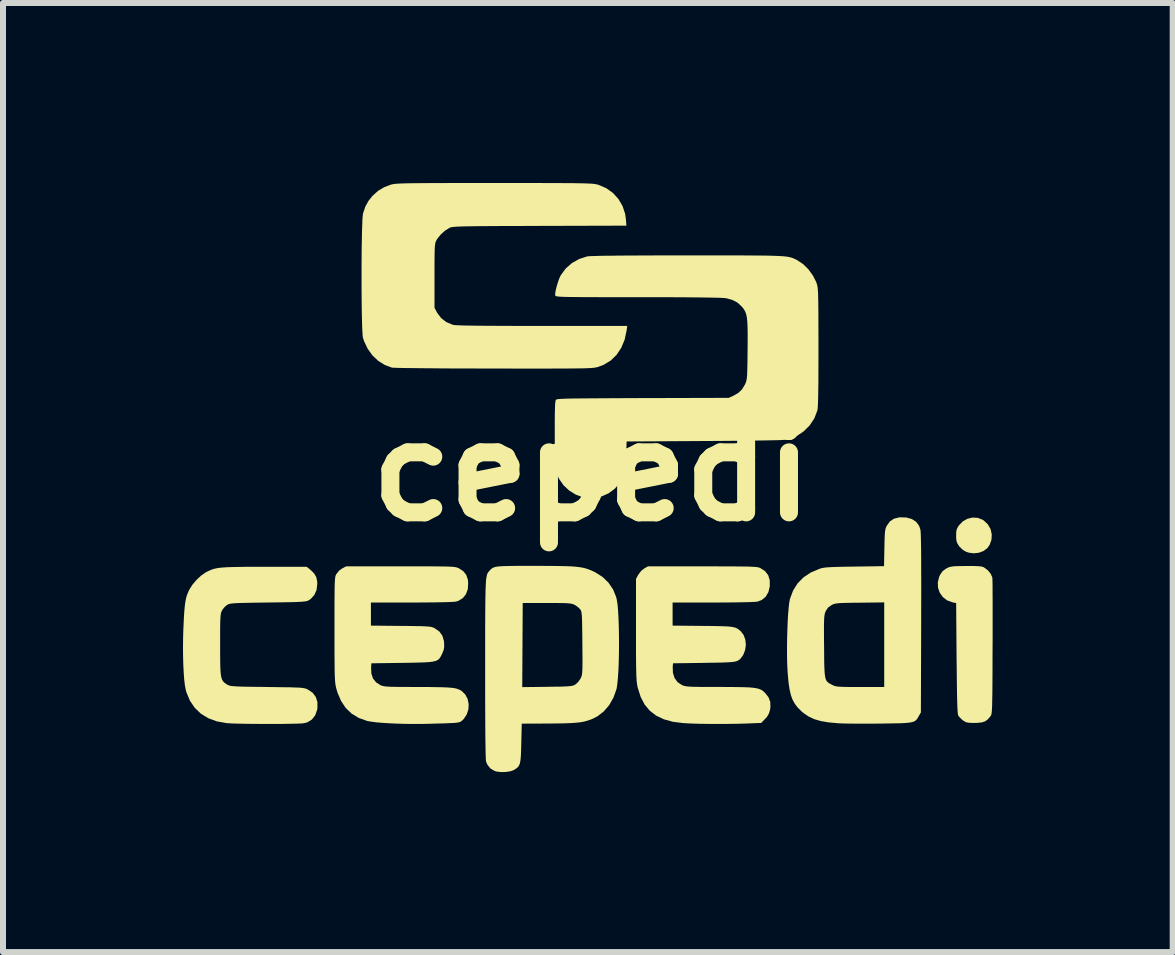
<source format=kicad_pcb>
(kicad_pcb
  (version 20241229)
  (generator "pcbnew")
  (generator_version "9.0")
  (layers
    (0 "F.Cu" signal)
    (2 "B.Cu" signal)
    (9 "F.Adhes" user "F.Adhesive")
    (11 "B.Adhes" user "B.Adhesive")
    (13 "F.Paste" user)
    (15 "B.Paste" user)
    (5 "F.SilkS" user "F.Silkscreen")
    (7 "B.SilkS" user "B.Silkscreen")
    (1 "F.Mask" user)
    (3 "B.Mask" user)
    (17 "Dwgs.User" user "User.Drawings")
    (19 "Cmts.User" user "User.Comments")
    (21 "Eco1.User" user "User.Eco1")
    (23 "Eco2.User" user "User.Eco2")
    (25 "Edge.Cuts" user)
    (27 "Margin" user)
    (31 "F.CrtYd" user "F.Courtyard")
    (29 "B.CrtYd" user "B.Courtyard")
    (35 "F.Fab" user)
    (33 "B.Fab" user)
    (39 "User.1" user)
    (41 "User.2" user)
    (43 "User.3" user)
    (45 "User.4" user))
  (footprint "cepedi"
    (layer "F.Cu")
    (at 6.814 4.811)
    (property "Reference" "cepedi" (at 0 0 0) (layer "F.SilkS") (effects (font (size 1.5 1.5) (thickness 0.3))))
    (attr board_only exclude_from_pos_files exclude_from_bom)
    (fp_poly (pts (xy 6.433 0.77) (xy 6.514 0.802) (xy 6.531 0.813) (xy 6.599 0.877) (xy 6.645 0.956) (xy 6.665 1.043) (xy 6.661 1.133) (xy 6.631 1.218) (xy 6.592 1.274) (xy 6.531 1.321) (xy 6.453 1.351) (xy 6.367 1.361) (xy 6.28 1.35) (xy 6.224 1.329) (xy 6.175 1.296) (xy 6.128 1.25) (xy 6.116 1.234) (xy 6.091 1.193) (xy 6.077 1.155) (xy 6.072 1.105) (xy 6.072 1.066) (xy 6.073 1.005) (xy 6.081 0.962) (xy 6.099 0.925) (xy 6.118 0.896) (xy 6.182 0.829) (xy 6.26 0.785) (xy 6.346 0.765)) (stroke (width 0) (type solid)) (fill yes) (layer "F.SilkS"))
    (fp_poly (pts (xy 6.409 1.574) (xy 6.461 1.577) (xy 6.498 1.582) (xy 6.525 1.591) (xy 6.538 1.597) (xy 6.597 1.641) (xy 6.645 1.698) (xy 6.673 1.758) (xy 6.675 1.768) (xy 6.676 1.791) (xy 6.678 1.843) (xy 6.679 1.921) (xy 6.679 2.021) (xy 6.68 2.142) (xy 6.68 2.282) (xy 6.68 2.436) (xy 6.68 2.604) (xy 6.68 2.781) (xy 6.679 2.926) (xy 6.678 3.138) (xy 6.678 3.321) (xy 6.677 3.478) (xy 6.676 3.61) (xy 6.675 3.72) (xy 6.673 3.81) (xy 6.672 3.882) (xy 6.67 3.939) (xy 6.667 3.982) (xy 6.664 4.014) (xy 6.661 4.037) (xy 6.656 4.053) (xy 6.651 4.065) (xy 6.646 4.074) (xy 6.643 4.078) (xy 6.6 4.128) (xy 6.555 4.161) (xy 6.5 4.179) (xy 6.425 4.187) (xy 6.399 4.188) (xy 6.335 4.188) (xy 6.278 4.184) (xy 6.239 4.177) (xy 6.234 4.175) (xy 6.179 4.142) (xy 6.128 4.093) (xy 6.105 4.061) (xy 6.101 4.043) (xy 6.097 4.003) (xy 6.093 3.941) (xy 6.09 3.855) (xy 6.087 3.744) (xy 6.085 3.606) (xy 6.083 3.441) (xy 6.081 3.246) (xy 6.079 3.11) (xy 6.072 2.19) (xy 6.011 2.178) (xy 5.921 2.145) (xy 5.85 2.09) (xy 5.799 2.019) (xy 5.77 1.936) (xy 5.766 1.845) (xy 5.789 1.752) (xy 5.803 1.722) (xy 5.842 1.663) (xy 5.894 1.622) (xy 5.913 1.611) (xy 5.942 1.597) (xy 5.971 1.587) (xy 6.005 1.581) (xy 6.05 1.576) (xy 6.112 1.574) (xy 6.196 1.573) (xy 6.237 1.572) (xy 6.336 1.572)) (stroke (width 0) (type solid)) (fill yes) (layer "F.SilkS"))
    (fp_poly (pts (xy 1.841 1.578) (xy 2.032 1.578) (xy 2.194 1.579) (xy 2.331 1.579) (xy 2.444 1.58) (xy 2.536 1.581) (xy 2.61 1.582) (xy 2.667 1.585) (xy 2.712 1.587) (xy 2.745 1.59) (xy 2.77 1.594) (xy 2.789 1.599) (xy 2.804 1.605) (xy 2.808 1.607) (xy 2.886 1.657) (xy 2.939 1.725) (xy 2.965 1.809) (xy 2.966 1.91) (xy 2.943 2.007) (xy 2.898 2.084) (xy 2.833 2.138) (xy 2.76 2.166) (xy 2.732 2.169) (xy 2.677 2.172) (xy 2.597 2.175) (xy 2.497 2.177) (xy 2.381 2.179) (xy 2.251 2.18) (xy 2.111 2.181) (xy 2.023 2.181) (xy 1.346 2.181) (xy 1.346 2.374) (xy 1.346 2.566) (xy 1.845 2.571) (xy 1.989 2.572) (xy 2.105 2.574) (xy 2.198 2.577) (xy 2.27 2.58) (xy 2.326 2.586) (xy 2.369 2.594) (xy 2.402 2.604) (xy 2.429 2.618) (xy 2.454 2.636) (xy 2.479 2.658) (xy 2.481 2.659) (xy 2.529 2.721) (xy 2.558 2.799) (xy 2.567 2.885) (xy 2.555 2.973) (xy 2.524 3.053) (xy 2.486 3.107) (xy 2.467 3.126) (xy 2.449 3.141) (xy 2.427 3.153) (xy 2.399 3.163) (xy 2.36 3.17) (xy 2.308 3.175) (xy 2.239 3.179) (xy 2.15 3.182) (xy 2.037 3.184) (xy 1.898 3.186) (xy 1.872 3.187) (xy 1.354 3.194) (xy 1.348 3.248) (xy 1.351 3.352) (xy 1.378 3.439) (xy 1.43 3.509) (xy 1.506 3.559) (xy 1.508 3.56) (xy 1.527 3.567) (xy 1.549 3.573) (xy 1.578 3.578) (xy 1.616 3.582) (xy 1.669 3.585) (xy 1.738 3.586) (xy 1.827 3.588) (xy 1.939 3.588) (xy 2.078 3.588) (xy 2.115 3.588) (xy 2.278 3.589) (xy 2.413 3.59) (xy 2.523 3.592) (xy 2.612 3.595) (xy 2.683 3.601) (xy 2.738 3.609) (xy 2.781 3.619) (xy 2.815 3.632) (xy 2.844 3.649) (xy 2.869 3.67) (xy 2.887 3.688) (xy 2.945 3.761) (xy 2.974 3.839) (xy 2.976 3.928) (xy 2.97 3.97) (xy 2.95 4.034) (xy 2.919 4.087) (xy 2.887 4.121) (xy 2.823 4.188) (xy 2.562 4.198) (xy 2.418 4.202) (xy 2.262 4.204) (xy 2.101 4.205) (xy 1.943 4.204) (xy 1.793 4.202) (xy 1.659 4.198) (xy 1.547 4.192) (xy 1.527 4.191) (xy 1.351 4.169) (xy 1.2 4.127) (xy 1.072 4.066) (xy 0.965 3.984) (xy 0.88 3.881) (xy 0.814 3.756) (xy 0.767 3.607) (xy 0.764 3.597) (xy 0.758 3.567) (xy 0.753 3.536) (xy 0.748 3.5) (xy 0.745 3.456) (xy 0.742 3.403) (xy 0.74 3.336) (xy 0.738 3.253) (xy 0.737 3.152) (xy 0.736 3.029) (xy 0.736 2.882) (xy 0.736 2.708) (xy 0.736 2.63) (xy 0.736 1.787) (xy 0.774 1.718) (xy 0.822 1.654) (xy 0.874 1.613) (xy 0.936 1.578)) (stroke (width 0) (type solid)) (fill yes) (layer "F.SilkS"))
    (fp_poly (pts (xy 5.243 0.764) (xy 5.334 0.79) (xy 5.405 0.836) (xy 5.454 0.902) (xy 5.476 0.964) (xy 5.479 0.99) (xy 5.482 1.037) (xy 5.484 1.107) (xy 5.486 1.2) (xy 5.488 1.318) (xy 5.489 1.46) (xy 5.489 1.629) (xy 5.49 1.825) (xy 5.49 2.049) (xy 5.489 2.302) (xy 5.489 2.529) (xy 5.484 4.014) (xy 5.447 4.077) (xy 5.43 4.107) (xy 5.414 4.13) (xy 5.395 4.149) (xy 5.37 4.164) (xy 5.335 4.175) (xy 5.289 4.183) (xy 5.227 4.189) (xy 5.145 4.193) (xy 5.042 4.195) (xy 4.914 4.197) (xy 4.801 4.199) (xy 4.666 4.2) (xy 4.532 4.2) (xy 4.405 4.2) (xy 4.289 4.199) (xy 4.191 4.197) (xy 4.116 4.194) (xy 4.089 4.192) (xy 3.939 4.178) (xy 3.814 4.156) (xy 3.71 4.126) (xy 3.62 4.085) (xy 3.54 4.032) (xy 3.496 3.996) (xy 3.435 3.936) (xy 3.386 3.873) (xy 3.347 3.804) (xy 3.317 3.723) (xy 3.295 3.626) (xy 3.278 3.51) (xy 3.265 3.37) (xy 3.26 3.287) (xy 3.255 3.173) (xy 3.253 3.046) (xy 3.253 2.91) (xy 3.255 2.77) (xy 3.259 2.632) (xy 3.259 2.628) (xy 3.869 2.628) (xy 3.869 2.733) (xy 3.87 2.865) (xy 3.871 2.914) (xy 3.872 3.062) (xy 3.873 3.183) (xy 3.876 3.278) (xy 3.88 3.353) (xy 3.887 3.41) (xy 3.896 3.452) (xy 3.909 3.483) (xy 3.927 3.505) (xy 3.95 3.523) (xy 3.978 3.54) (xy 4.007 3.554) (xy 4.029 3.565) (xy 4.051 3.573) (xy 4.078 3.579) (xy 4.113 3.583) (xy 4.16 3.586) (xy 4.224 3.588) (xy 4.31 3.589) (xy 4.42 3.589) (xy 4.474 3.589) (xy 4.873 3.589) (xy 4.873 2.884) (xy 4.873 2.179) (xy 4.467 2.184) (xy 4.344 2.185) (xy 4.247 2.187) (xy 4.174 2.189) (xy 4.119 2.192) (xy 4.079 2.196) (xy 4.049 2.202) (xy 4.025 2.209) (xy 4.004 2.219) (xy 3.994 2.225) (xy 3.938 2.264) (xy 3.902 2.317) (xy 3.896 2.329) (xy 3.888 2.349) (xy 3.882 2.371) (xy 3.877 2.398) (xy 3.873 2.433) (xy 3.871 2.481) (xy 3.869 2.545) (xy 3.869 2.628) (xy 3.259 2.628) (xy 3.264 2.5) (xy 3.271 2.379) (xy 3.28 2.273) (xy 3.289 2.188) (xy 3.3 2.129) (xy 3.301 2.123) (xy 3.354 1.982) (xy 3.43 1.861) (xy 3.53 1.76) (xy 3.653 1.679) (xy 3.801 1.617) (xy 3.805 1.615) (xy 3.834 1.608) (xy 3.869 1.601) (xy 3.912 1.596) (xy 3.969 1.592) (xy 4.043 1.589) (xy 4.136 1.586) (xy 4.254 1.584) (xy 4.38 1.582) (xy 4.87 1.575) (xy 4.876 1.271) (xy 4.878 1.165) (xy 4.881 1.084) (xy 4.884 1.025) (xy 4.889 0.982) (xy 4.896 0.95) (xy 4.905 0.924) (xy 4.915 0.902) (xy 4.967 0.83) (xy 5.033 0.785) (xy 5.118 0.763) (xy 5.135 0.761)) (stroke (width 0) (type solid)) (fill yes) (layer "F.SilkS"))
    (fp_poly (pts (xy -4.692 1.634) (xy -4.629 1.695) (xy -4.592 1.759) (xy -4.577 1.835) (xy -4.576 1.87) (xy -4.588 1.972) (xy -4.626 2.057) (xy -4.687 2.123) (xy -4.726 2.148) (xy -4.741 2.154) (xy -4.762 2.16) (xy -4.793 2.164) (xy -4.836 2.168) (xy -4.894 2.171) (xy -4.97 2.174) (xy -5.067 2.176) (xy -5.188 2.178) (xy -5.335 2.18) (xy -5.399 2.181) (xy -5.555 2.183) (xy -5.683 2.185) (xy -5.787 2.187) (xy -5.869 2.189) (xy -5.932 2.192) (xy -5.979 2.195) (xy -6.014 2.199) (xy -6.039 2.204) (xy -6.058 2.21) (xy -6.073 2.217) (xy -6.078 2.22) (xy -6.119 2.254) (xy -6.156 2.3) (xy -6.163 2.313) (xy -6.172 2.331) (xy -6.179 2.35) (xy -6.184 2.374) (xy -6.188 2.407) (xy -6.191 2.451) (xy -6.193 2.51) (xy -6.195 2.588) (xy -6.195 2.688) (xy -6.195 2.814) (xy -6.195 2.885) (xy -6.195 3.036) (xy -6.194 3.159) (xy -6.192 3.258) (xy -6.188 3.336) (xy -6.182 3.395) (xy -6.172 3.44) (xy -6.159 3.474) (xy -6.142 3.499) (xy -6.12 3.52) (xy -6.094 3.538) (xy -6.082 3.546) (xy -6.067 3.555) (xy -6.051 3.562) (xy -6.031 3.568) (xy -6.005 3.573) (xy -5.968 3.576) (xy -5.919 3.579) (xy -5.853 3.582) (xy -5.767 3.584) (xy -5.659 3.586) (xy -5.525 3.587) (xy -5.414 3.589) (xy -5.26 3.591) (xy -5.135 3.593) (xy -5.033 3.594) (xy -4.953 3.597) (xy -4.891 3.599) (xy -4.845 3.602) (xy -4.81 3.607) (xy -4.783 3.612) (xy -4.762 3.618) (xy -4.743 3.626) (xy -4.73 3.633) (xy -4.652 3.686) (xy -4.6 3.757) (xy -4.573 3.842) (xy -4.574 3.941) (xy -4.579 3.971) (xy -4.611 4.062) (xy -4.665 4.13) (xy -4.737 4.176) (xy -4.794 4.192) (xy -4.83 4.196) (xy -4.893 4.199) (xy -4.979 4.201) (xy -5.082 4.203) (xy -5.198 4.205) (xy -5.323 4.205) (xy -5.452 4.205) (xy -5.581 4.204) (xy -5.706 4.203) (xy -5.822 4.201) (xy -5.925 4.199) (xy -6.009 4.196) (xy -6.072 4.192) (xy -6.087 4.191) (xy -6.25 4.162) (xy -6.393 4.109) (xy -6.516 4.034) (xy -6.618 3.936) (xy -6.699 3.817) (xy -6.757 3.676) (xy -6.767 3.642) (xy -6.781 3.571) (xy -6.793 3.473) (xy -6.802 3.354) (xy -6.809 3.218) (xy -6.813 3.069) (xy -6.814 2.913) (xy -6.812 2.754) (xy -6.807 2.596) (xy -6.806 2.586) (xy -6.8 2.449) (xy -6.793 2.338) (xy -6.785 2.249) (xy -6.776 2.178) (xy -6.765 2.119) (xy -6.752 2.069) (xy -6.734 2.022) (xy -6.713 1.974) (xy -6.71 1.969) (xy -6.66 1.888) (xy -6.591 1.806) (xy -6.513 1.733) (xy -6.434 1.678) (xy -6.423 1.672) (xy -6.384 1.653) (xy -6.347 1.637) (xy -6.309 1.623) (xy -6.267 1.613) (xy -6.218 1.604) (xy -6.158 1.598) (xy -6.086 1.593) (xy -5.997 1.59) (xy -5.889 1.588) (xy -5.758 1.586) (xy -5.602 1.586) (xy -5.458 1.586) (xy -4.752 1.586)) (stroke (width 0) (type solid)) (fill yes) (layer "F.SilkS"))
    (fp_poly (pts (xy -2.999 1.578) (xy -2.837 1.578) (xy -2.701 1.578) (xy -2.589 1.579) (xy -2.498 1.58) (xy -2.425 1.581) (xy -2.367 1.583) (xy -2.323 1.586) (xy -2.29 1.589) (xy -2.266 1.593) (xy -2.247 1.598) (xy -2.231 1.604) (xy -2.217 1.61) (xy -2.142 1.659) (xy -2.093 1.721) (xy -2.066 1.801) (xy -2.061 1.855) (xy -2.067 1.957) (xy -2.098 2.042) (xy -2.151 2.108) (xy -2.224 2.153) (xy -2.267 2.166) (xy -2.295 2.169) (xy -2.351 2.172) (xy -2.43 2.175) (xy -2.53 2.177) (xy -2.647 2.179) (xy -2.777 2.18) (xy -2.916 2.181) (xy -3.005 2.181) (xy -3.682 2.181) (xy -3.682 2.374) (xy -3.682 2.566) (xy -3.183 2.571) (xy -3.045 2.572) (xy -2.935 2.574) (xy -2.848 2.575) (xy -2.782 2.578) (xy -2.732 2.581) (xy -2.695 2.585) (xy -2.668 2.59) (xy -2.647 2.597) (xy -2.628 2.605) (xy -2.619 2.61) (xy -2.542 2.664) (xy -2.492 2.732) (xy -2.466 2.818) (xy -2.462 2.856) (xy -2.461 2.92) (xy -2.469 2.969) (xy -2.489 3.021) (xy -2.496 3.036) (xy -2.514 3.072) (xy -2.531 3.102) (xy -2.55 3.125) (xy -2.576 3.143) (xy -2.61 3.157) (xy -2.656 3.167) (xy -2.717 3.174) (xy -2.797 3.179) (xy -2.899 3.182) (xy -3.026 3.185) (xy -3.156 3.187) (xy -3.674 3.194) (xy -3.679 3.264) (xy -3.675 3.365) (xy -3.647 3.448) (xy -3.595 3.512) (xy -3.52 3.56) (xy -3.501 3.567) (xy -3.479 3.573) (xy -3.45 3.578) (xy -3.411 3.582) (xy -3.359 3.585) (xy -3.29 3.586) (xy -3.201 3.588) (xy -3.089 3.588) (xy -2.95 3.589) (xy -2.908 3.589) (xy -2.747 3.589) (xy -2.614 3.591) (xy -2.506 3.593) (xy -2.418 3.596) (xy -2.349 3.601) (xy -2.295 3.608) (xy -2.252 3.617) (xy -2.219 3.629) (xy -2.19 3.643) (xy -2.17 3.655) (xy -2.109 3.714) (xy -2.07 3.789) (xy -2.053 3.873) (xy -2.057 3.96) (xy -2.084 4.044) (xy -2.132 4.119) (xy -2.163 4.149) (xy -2.179 4.162) (xy -2.196 4.171) (xy -2.219 4.178) (xy -2.252 4.184) (xy -2.299 4.188) (xy -2.364 4.191) (xy -2.453 4.195) (xy -2.538 4.197) (xy -2.71 4.202) (xy -2.859 4.205) (xy -2.996 4.205) (xy -3.127 4.203) (xy -3.262 4.199) (xy -3.409 4.192) (xy -3.421 4.191) (xy -3.511 4.185) (xy -3.599 4.177) (xy -3.677 4.167) (xy -3.734 4.157) (xy -3.744 4.155) (xy -3.884 4.105) (xy -4.003 4.033) (xy -4.102 3.939) (xy -4.18 3.821) (xy -4.24 3.68) (xy -4.256 3.625) (xy -4.263 3.598) (xy -4.269 3.571) (xy -4.274 3.541) (xy -4.278 3.506) (xy -4.281 3.464) (xy -4.284 3.41) (xy -4.286 3.343) (xy -4.287 3.26) (xy -4.288 3.158) (xy -4.289 3.034) (xy -4.289 2.885) (xy -4.289 2.71) (xy -4.289 2.635) (xy -4.289 2.449) (xy -4.289 2.292) (xy -4.289 2.16) (xy -4.288 2.051) (xy -4.287 1.963) (xy -4.286 1.894) (xy -4.284 1.84) (xy -4.281 1.799) (xy -4.278 1.768) (xy -4.274 1.746) (xy -4.269 1.729) (xy -4.262 1.715) (xy -4.259 1.708) (xy -4.211 1.648) (xy -4.161 1.613) (xy -4.094 1.578) (xy -3.189 1.578)) (stroke (width 0) (type solid)) (fill yes) (layer "F.SilkS"))
    (fp_poly (pts (xy -0.936 1.57) (xy -0.758 1.571) (xy -0.608 1.572) (xy -0.483 1.574) (xy -0.378 1.577) (xy -0.291 1.582) (xy -0.219 1.59) (xy -0.158 1.599) (xy -0.104 1.612) (xy -0.056 1.628) (xy -0.008 1.647) (xy 0.041 1.67) (xy 0.059 1.679) (xy 0.178 1.754) (xy 0.277 1.85) (xy 0.354 1.963) (xy 0.405 2.088) (xy 0.416 2.135) (xy 0.428 2.212) (xy 0.437 2.313) (xy 0.444 2.433) (xy 0.449 2.568) (xy 0.452 2.713) (xy 0.453 2.862) (xy 0.452 3.012) (xy 0.449 3.158) (xy 0.444 3.293) (xy 0.436 3.415) (xy 0.427 3.518) (xy 0.416 3.598) (xy 0.41 3.627) (xy 0.36 3.767) (xy 0.289 3.891) (xy 0.199 3.996) (xy 0.094 4.077) (xy 0.041 4.105) (xy -0.014 4.13) (xy -0.069 4.149) (xy -0.127 4.165) (xy -0.192 4.177) (xy -0.269 4.185) (xy -0.362 4.191) (xy -0.475 4.195) (xy -0.611 4.197) (xy -0.719 4.198) (xy -1.168 4.2) (xy -1.176 4.527) (xy -1.179 4.646) (xy -1.183 4.737) (xy -1.189 4.806) (xy -1.198 4.857) (xy -1.212 4.895) (xy -1.231 4.923) (xy -1.257 4.945) (xy -1.29 4.967) (xy -1.298 4.972) (xy -1.355 4.993) (xy -1.43 5.005) (xy -1.51 5.007) (xy -1.583 4.999) (xy -1.617 4.99) (xy -1.69 4.947) (xy -1.741 4.884) (xy -1.763 4.83) (xy -1.766 4.803) (xy -1.769 4.745) (xy -1.771 4.656) (xy -1.773 4.537) (xy -1.775 4.387) (xy -1.776 4.207) (xy -1.777 3.997) (xy -1.778 3.757) (xy -1.778 3.591) (xy -1.16 3.591) (xy -0.747 3.586) (xy -0.621 3.584) (xy -0.523 3.583) (xy -0.448 3.58) (xy -0.392 3.577) (xy -0.352 3.573) (xy -0.322 3.568) (xy -0.301 3.561) (xy -0.282 3.552) (xy -0.278 3.55) (xy -0.232 3.51) (xy -0.192 3.455) (xy -0.189 3.449) (xy -0.18 3.43) (xy -0.172 3.411) (xy -0.166 3.389) (xy -0.162 3.36) (xy -0.159 3.321) (xy -0.157 3.268) (xy -0.156 3.198) (xy -0.156 3.107) (xy -0.157 2.993) (xy -0.158 2.859) (xy -0.159 2.718) (xy -0.161 2.604) (xy -0.162 2.515) (xy -0.164 2.447) (xy -0.167 2.396) (xy -0.171 2.36) (xy -0.175 2.334) (xy -0.181 2.316) (xy -0.189 2.302) (xy -0.194 2.294) (xy -0.229 2.259) (xy -0.276 2.226) (xy -0.287 2.22) (xy -0.308 2.21) (xy -0.331 2.203) (xy -0.359 2.198) (xy -0.399 2.194) (xy -0.452 2.191) (xy -0.524 2.19) (xy -0.619 2.189) (xy -0.74 2.189) (xy -0.75 2.189) (xy -1.152 2.189) (xy -1.156 2.89) (xy -1.16 3.591) (xy -1.778 3.591) (xy -1.778 3.487) (xy -1.778 3.287) (xy -1.778 3.034) (xy -1.778 2.809) (xy -1.778 2.612) (xy -1.777 2.44) (xy -1.776 2.291) (xy -1.775 2.164) (xy -1.773 2.057) (xy -1.771 1.968) (xy -1.768 1.895) (xy -1.765 1.836) (xy -1.761 1.789) (xy -1.755 1.752) (xy -1.749 1.724) (xy -1.742 1.703) (xy -1.734 1.686) (xy -1.724 1.672) (xy -1.713 1.66) (xy -1.707 1.653) (xy -1.689 1.633) (xy -1.671 1.617) (xy -1.652 1.604) (xy -1.626 1.593) (xy -1.593 1.585) (xy -1.548 1.579) (xy -1.489 1.575) (xy -1.413 1.573) (xy -1.316 1.571) (xy -1.197 1.57) (xy -1.052 1.57)) (stroke (width 0) (type solid)) (fill yes) (layer "F.SilkS"))
    (fp_poly (pts (xy -1.364 -4.811) (xy -1.132 -4.811) (xy -0.927 -4.811) (xy -0.748 -4.81) (xy -0.593 -4.81) (xy -0.459 -4.809) (xy -0.345 -4.809) (xy -0.249 -4.807) (xy -0.169 -4.806) (xy -0.104 -4.804) (xy -0.051 -4.802) (xy -0.009 -4.8) (xy 0.025 -4.797) (xy 0.051 -4.794) (xy 0.072 -4.79) (xy 0.09 -4.786) (xy 0.107 -4.782) (xy 0.111 -4.78) (xy 0.24 -4.725) (xy 0.351 -4.646) (xy 0.442 -4.546) (xy 0.511 -4.429) (xy 0.555 -4.298) (xy 0.568 -4.204) (xy 0.576 -4.1) (xy -0.868 -4.096) (xy -1.113 -4.095) (xy -1.329 -4.094) (xy -1.518 -4.094) (xy -1.681 -4.093) (xy -1.821 -4.092) (xy -1.94 -4.091) (xy -2.04 -4.089) (xy -2.122 -4.088) (xy -2.188 -4.086) (xy -2.241 -4.084) (xy -2.282 -4.081) (xy -2.313 -4.078) (xy -2.336 -4.075) (xy -2.352 -4.071) (xy -2.365 -4.067) (xy -2.371 -4.064) (xy -2.445 -4.018) (xy -2.516 -3.955) (xy -2.573 -3.885) (xy -2.588 -3.861) (xy -2.597 -3.843) (xy -2.605 -3.824) (xy -2.61 -3.802) (xy -2.614 -3.772) (xy -2.618 -3.731) (xy -2.62 -3.675) (xy -2.621 -3.602) (xy -2.622 -3.508) (xy -2.622 -3.389) (xy -2.622 -3.264) (xy -2.622 -2.73) (xy -2.576 -2.645) (xy -2.511 -2.559) (xy -2.426 -2.493) (xy -2.325 -2.451) (xy -2.304 -2.445) (xy -2.274 -2.442) (xy -2.216 -2.439) (xy -2.129 -2.436) (xy -2.014 -2.434) (xy -1.869 -2.432) (xy -1.696 -2.431) (xy -1.492 -2.43) (xy -1.259 -2.429) (xy -0.995 -2.429) (xy -0.818 -2.429) (xy 0.59 -2.429) (xy 0.58 -2.355) (xy 0.547 -2.201) (xy 0.491 -2.065) (xy 0.413 -1.948) (xy 0.316 -1.853) (xy 0.199 -1.782) (xy 0.111 -1.748) (xy 0.095 -1.743) (xy 0.078 -1.739) (xy 0.057 -1.735) (xy 0.033 -1.731) (xy 0.001 -1.729) (xy -0.038 -1.726) (xy -0.088 -1.724) (xy -0.149 -1.722) (xy -0.224 -1.721) (xy -0.315 -1.72) (xy -0.423 -1.719) (xy -0.551 -1.719) (xy -0.7 -1.718) (xy -0.872 -1.718) (xy -1.068 -1.718) (xy -1.291 -1.718) (xy -1.543 -1.719) (xy -1.63 -1.719) (xy -1.863 -1.719) (xy -2.086 -1.72) (xy -2.297 -1.72) (xy -2.495 -1.721) (xy -2.676 -1.723) (xy -2.839 -1.724) (xy -2.982 -1.726) (xy -3.104 -1.727) (xy -3.201 -1.729) (xy -3.274 -1.731) (xy -3.318 -1.733) (xy -3.332 -1.734) (xy -3.451 -1.778) (xy -3.561 -1.847) (xy -3.658 -1.939) (xy -3.737 -2.05) (xy -3.796 -2.174) (xy -3.815 -2.233) (xy -3.82 -2.268) (xy -3.824 -2.331) (xy -3.828 -2.417) (xy -3.831 -2.525) (xy -3.834 -2.65) (xy -3.836 -2.789) (xy -3.837 -2.938) (xy -3.838 -3.094) (xy -3.838 -3.254) (xy -3.838 -3.415) (xy -3.837 -3.572) (xy -3.836 -3.723) (xy -3.833 -3.864) (xy -3.831 -3.992) (xy -3.827 -4.103) (xy -3.824 -4.194) (xy -3.819 -4.261) (xy -3.814 -4.301) (xy -3.813 -4.305) (xy -3.775 -4.418) (xy -3.722 -4.514) (xy -3.654 -4.598) (xy -3.563 -4.68) (xy -3.461 -4.741) (xy -3.355 -4.782) (xy -3.339 -4.786) (xy -3.321 -4.79) (xy -3.3 -4.794) (xy -3.273 -4.797) (xy -3.24 -4.8) (xy -3.197 -4.802) (xy -3.143 -4.804) (xy -3.077 -4.806) (xy -2.996 -4.807) (xy -2.899 -4.808) (xy -2.783 -4.809) (xy -2.648 -4.81) (xy -2.49 -4.81) (xy -2.309 -4.811) (xy -2.103 -4.811) (xy -1.869 -4.811) (xy -1.624 -4.811)) (stroke (width 0) (type solid)) (fill yes) (layer "F.SilkS"))
    (fp_poly (pts (xy 2.095 -3.604) (xy 2.302 -3.604) (xy 2.483 -3.604) (xy 2.641 -3.603) (xy 2.777 -3.602) (xy 2.893 -3.601) (xy 2.992 -3.599) (xy 3.075 -3.596) (xy 3.143 -3.593) (xy 3.2 -3.589) (xy 3.246 -3.584) (xy 3.283 -3.578) (xy 3.314 -3.571) (xy 3.34 -3.563) (xy 3.363 -3.554) (xy 3.385 -3.544) (xy 3.409 -3.532) (xy 3.424 -3.524) (xy 3.519 -3.461) (xy 3.607 -3.375) (xy 3.682 -3.273) (xy 3.738 -3.164) (xy 3.745 -3.144) (xy 3.751 -3.125) (xy 3.757 -3.104) (xy 3.761 -3.081) (xy 3.765 -3.051) (xy 3.768 -3.012) (xy 3.771 -2.963) (xy 3.772 -2.9) (xy 3.774 -2.822) (xy 3.775 -2.725) (xy 3.776 -2.607) (xy 3.776 -2.467) (xy 3.777 -2.3) (xy 3.777 -2.106) (xy 3.777 -2.073) (xy 3.777 -1.854) (xy 3.776 -1.664) (xy 3.776 -1.502) (xy 3.774 -1.367) (xy 3.772 -1.255) (xy 3.77 -1.167) (xy 3.767 -1.101) (xy 3.764 -1.054) (xy 3.76 -1.025) (xy 3.759 -1.021) (xy 3.708 -0.888) (xy 3.631 -0.771) (xy 3.53 -0.671) (xy 3.409 -0.591) (xy 3.287 -0.54) (xy 3.269 -0.536) (xy 3.239 -0.532) (xy 3.194 -0.529) (xy 3.134 -0.526) (xy 3.056 -0.524) (xy 2.958 -0.522) (xy 2.84 -0.52) (xy 2.699 -0.518) (xy 2.533 -0.516) (xy 2.342 -0.514) (xy 2.123 -0.512) (xy 1.903 -0.511) (xy 0.58 -0.503) (xy 0.571 -0.255) (xy 0.566 -0.148) (xy 0.559 -0.065) (xy 0.55 0.00006) (xy 0.536 0.053) (xy 0.516 0.101) (xy 0.488 0.15) (xy 0.468 0.182) (xy 0.384 0.283) (xy 0.279 0.361) (xy 0.157 0.415) (xy 0.096 0.431) (xy 0.021 0.444) (xy -0.041 0.446) (xy -0.109 0.436) (xy -0.147 0.427) (xy -0.266 0.384) (xy -0.376 0.316) (xy -0.47 0.229) (xy -0.541 0.128) (xy -0.556 0.1) (xy -0.572 0.061) (xy -0.585 0.016) (xy -0.595 -0.038) (xy -0.603 -0.105) (xy -0.61 -0.187) (xy -0.614 -0.288) (xy -0.617 -0.411) (xy -0.618 -0.56) (xy -0.618 -0.682) (xy -0.618 -0.828) (xy -0.617 -0.946) (xy -0.615 -1.038) (xy -0.613 -1.107) (xy -0.609 -1.155) (xy -0.604 -1.184) (xy -0.599 -1.196) (xy -0.594 -1.2) (xy -0.585 -1.204) (xy -0.57 -1.208) (xy -0.546 -1.211) (xy -0.513 -1.213) (xy -0.467 -1.215) (xy -0.409 -1.217) (xy -0.334 -1.219) (xy -0.243 -1.22) (xy -0.132 -1.221) (xy -0.000147 -1.222) (xy 0.155 -1.223) (xy 0.334 -1.224) (xy 0.541 -1.225) (xy 0.775 -1.226) (xy 0.851 -1.226) (xy 2.282 -1.23) (xy 2.359 -1.265) (xy 2.442 -1.313) (xy 2.503 -1.371) (xy 2.55 -1.449) (xy 2.555 -1.46) (xy 2.565 -1.483) (xy 2.573 -1.506) (xy 2.579 -1.532) (xy 2.584 -1.565) (xy 2.588 -1.609) (xy 2.59 -1.668) (xy 2.592 -1.745) (xy 2.594 -1.844) (xy 2.595 -1.969) (xy 2.596 -2.031) (xy 2.597 -2.186) (xy 2.597 -2.313) (xy 2.595 -2.417) (xy 2.591 -2.499) (xy 2.584 -2.565) (xy 2.574 -2.617) (xy 2.56 -2.659) (xy 2.542 -2.694) (xy 2.52 -2.726) (xy 2.495 -2.755) (xy 2.426 -2.818) (xy 2.347 -2.86) (xy 2.25 -2.888) (xy 2.226 -2.892) (xy 2.191 -2.895) (xy 2.126 -2.898) (xy 2.032 -2.9) (xy 1.91 -2.902) (xy 1.761 -2.904) (xy 1.587 -2.906) (xy 1.387 -2.907) (xy 1.163 -2.908) (xy 0.916 -2.908) (xy 0.763 -2.908) (xy 0.526 -2.908) (xy 0.318 -2.908) (xy 0.138 -2.908) (xy -0.018 -2.909) (xy -0.15 -2.909) (xy -0.26 -2.91) (xy -0.352 -2.911) (xy -0.425 -2.912) (xy -0.483 -2.914) (xy -0.528 -2.916) (xy -0.56 -2.919) (xy -0.582 -2.922) (xy -0.597 -2.925) (xy -0.605 -2.929) (xy -0.609 -2.934) (xy -0.61 -2.936) (xy -0.611 -2.97) (xy -0.602 -3.023) (xy -0.586 -3.089) (xy -0.565 -3.158) (xy -0.542 -3.223) (xy -0.518 -3.274) (xy -0.515 -3.278) (xy -0.434 -3.387) (xy -0.331 -3.477) (xy -0.21 -3.545) (xy -0.08 -3.587) (xy -0.053 -3.59) (xy -0.002 -3.593) (xy 0.073 -3.595) (xy 0.174 -3.598) (xy 0.3 -3.599) (xy 0.453 -3.601) (xy 0.633 -3.602) (xy 0.842 -3.603) (xy 1.079 -3.604) (xy 1.346 -3.604) (xy 1.599 -3.604) (xy 1.862 -3.604)) (stroke (width 0) (type solid)) (fill yes) (layer "F.SilkS")))
  (gr_rect
    (start -3 -3)
    (end 16.495 12.818)
    (stroke (width 0.1) (type default))
    (fill no)
    (layer "Edge.Cuts")))
</source>
